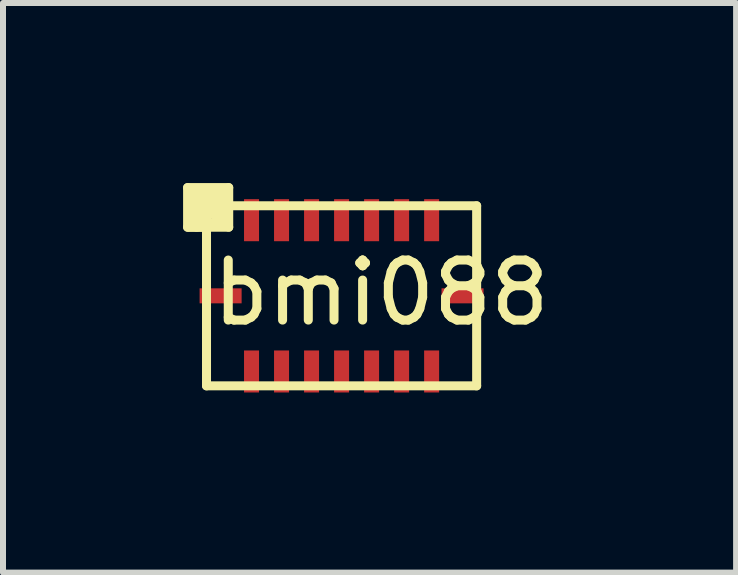
<source format=kicad_pcb>
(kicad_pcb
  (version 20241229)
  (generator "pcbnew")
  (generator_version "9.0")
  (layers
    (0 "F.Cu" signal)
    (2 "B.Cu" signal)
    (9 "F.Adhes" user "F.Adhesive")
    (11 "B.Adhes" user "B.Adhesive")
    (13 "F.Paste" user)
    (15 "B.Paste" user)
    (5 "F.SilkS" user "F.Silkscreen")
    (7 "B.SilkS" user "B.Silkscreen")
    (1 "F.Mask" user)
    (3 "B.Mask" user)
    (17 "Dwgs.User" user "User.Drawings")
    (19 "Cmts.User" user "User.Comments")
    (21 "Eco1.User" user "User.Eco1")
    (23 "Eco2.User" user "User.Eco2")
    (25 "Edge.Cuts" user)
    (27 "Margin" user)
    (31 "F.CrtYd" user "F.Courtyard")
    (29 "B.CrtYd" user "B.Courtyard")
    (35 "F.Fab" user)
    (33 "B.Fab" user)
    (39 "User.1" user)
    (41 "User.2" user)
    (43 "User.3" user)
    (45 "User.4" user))
  (footprint "bmi088"
    (layer "F.Cu")
    (at 2.64 1.878)
    (property "Reference" "bmi088" (at 0.66 -0.051 0) (layer "F.SilkS") (effects (font (size 1 1) (thickness 0.15))))
    (attr through_hole)
    (fp_line (start -2.565 -1.803) (end -1.88 -1.803) (stroke (width 0.15) (type solid)) (layer "F.SilkS"))
    (fp_line (start -2.565 -1.143) (end -2.565 -1.803) (stroke (width 0.15) (type solid)) (layer "F.SilkS"))
    (fp_line (start -2.489 -1.753) (end -2.515 -1.194) (stroke (width 0.15) (type solid)) (layer "F.SilkS"))
    (fp_line (start -2.413 -1.727) (end -1.981 -1.727) (stroke (width 0.15) (type solid)) (layer "F.SilkS"))
    (fp_line (start -2.413 -1.143) (end -2.413 -1.727) (stroke (width 0.15) (type solid)) (layer "F.SilkS"))
    (fp_line (start -2.311 -1.219) (end -2.286 -1.626) (stroke (width 0.15) (type solid)) (layer "F.SilkS"))
    (fp_line (start -2.286 -1.626) (end -2.057 -1.626) (stroke (width 0.15) (type solid)) (layer "F.SilkS"))
    (fp_line (start -2.261 -1.143) (end -2.565 -1.143) (stroke (width 0.15) (type solid)) (layer "F.SilkS"))
    (fp_line (start -2.25 -1.5) (end -2.25 1.5) (stroke (width 0.15) (type solid)) (layer "F.SilkS"))
    (fp_line (start -2.25 -1.5) (end 2.25 -1.5) (stroke (width 0.15) (type solid)) (layer "F.SilkS"))
    (fp_line (start -2.25 1.499) (end 2.25 1.499) (stroke (width 0.15) (type solid)) (layer "F.SilkS"))
    (fp_line (start -2.184 -1.372) (end -2.184 -1.397) (stroke (width 0.15) (type solid)) (layer "F.SilkS"))
    (fp_line (start -2.057 -1.626) (end -2.057 -1.321) (stroke (width 0.15) (type solid)) (layer "F.SilkS"))
    (fp_line (start -2.057 -1.321) (end -2.184 -1.372) (stroke (width 0.15) (type solid)) (layer "F.SilkS"))
    (fp_line (start -1.981 -1.727) (end -1.981 -1.219) (stroke (width 0.15) (type solid)) (layer "F.SilkS"))
    (fp_line (start -1.981 -1.219) (end -2.311 -1.219) (stroke (width 0.15) (type solid)) (layer "F.SilkS"))
    (fp_line (start -1.88 -1.803) (end -1.88 -1.499) (stroke (width 0.15) (type solid)) (layer "F.SilkS"))
    (fp_line (start -1.88 -1.524) (end -1.88 -1.143) (stroke (width 0.15) (type solid)) (layer "F.SilkS"))
    (fp_line (start -1.88 -1.143) (end -2.54 -1.143) (stroke (width 0.15) (type solid)) (layer "F.SilkS"))
    (fp_line (start 2.25 -1.5) (end 2.25 1.5) (stroke (width 0.15) (type solid)) (layer "F.SilkS"))
    (pad "1" smd rect (at -1.5 -1.26) (size 0.25 0.7) (layers "F.Cu" "F.Mask" "F.Paste"))
    (pad "2" smd rect (at -1 -1.26) (size 0.25 0.7) (layers "F.Cu" "F.Mask" "F.Paste"))
    (pad "3" smd rect (at -0.5 -1.26) (size 0.25 0.7) (layers "F.Cu" "F.Mask" "F.Paste"))
    (pad "4" smd rect (at 0 -1.26) (size 0.25 0.7) (layers "F.Cu" "F.Mask" "F.Paste"))
    (pad "5" smd rect (at 0.5 -1.26) (size 0.25 0.7) (layers "F.Cu" "F.Mask" "F.Paste"))
    (pad "6" smd rect (at 1 -1.26) (size 0.25 0.7) (layers "F.Cu" "F.Mask" "F.Paste"))
    (pad "7" smd rect (at 1.5 -1.26) (size 0.25 0.7) (layers "F.Cu" "F.Mask" "F.Paste"))
    (pad "8" smd rect (at 2.015 0 90) (size 0.25 0.7) (layers "F.Cu" "F.Mask" "F.Paste"))
    (pad "9" smd rect (at 1.5 1.26) (size 0.25 0.7) (layers "F.Cu" "F.Mask" "F.Paste"))
    (pad "10" smd rect (at 1 1.26) (size 0.25 0.7) (layers "F.Cu" "F.Mask" "F.Paste"))
    (pad "11" smd rect (at 0.5 1.26) (size 0.25 0.7) (layers "F.Cu" "F.Mask" "F.Paste"))
    (pad "12" smd rect (at 0 1.26) (size 0.25 0.7) (layers "F.Cu" "F.Mask" "F.Paste"))
    (pad "13" smd rect (at -0.5 1.26) (size 0.25 0.7) (layers "F.Cu" "F.Mask" "F.Paste"))
    (pad "14" smd rect (at -1 1.26) (size 0.25 0.7) (layers "F.Cu" "F.Mask" "F.Paste"))
    (pad "15" smd rect (at -1.5 1.26) (size 0.25 0.7) (layers "F.Cu" "F.Mask" "F.Paste"))
    (pad "16" smd rect (at -2.015 0 270) (size 0.25 0.7) (layers "F.Cu" "F.Mask" "F.Paste")))
  (gr_rect
    (start -3 -3)
    (end 9.212 6.488)
    (stroke (width 0.1) (type default))
    (fill no)
    (layer "Edge.Cuts")))
</source>
